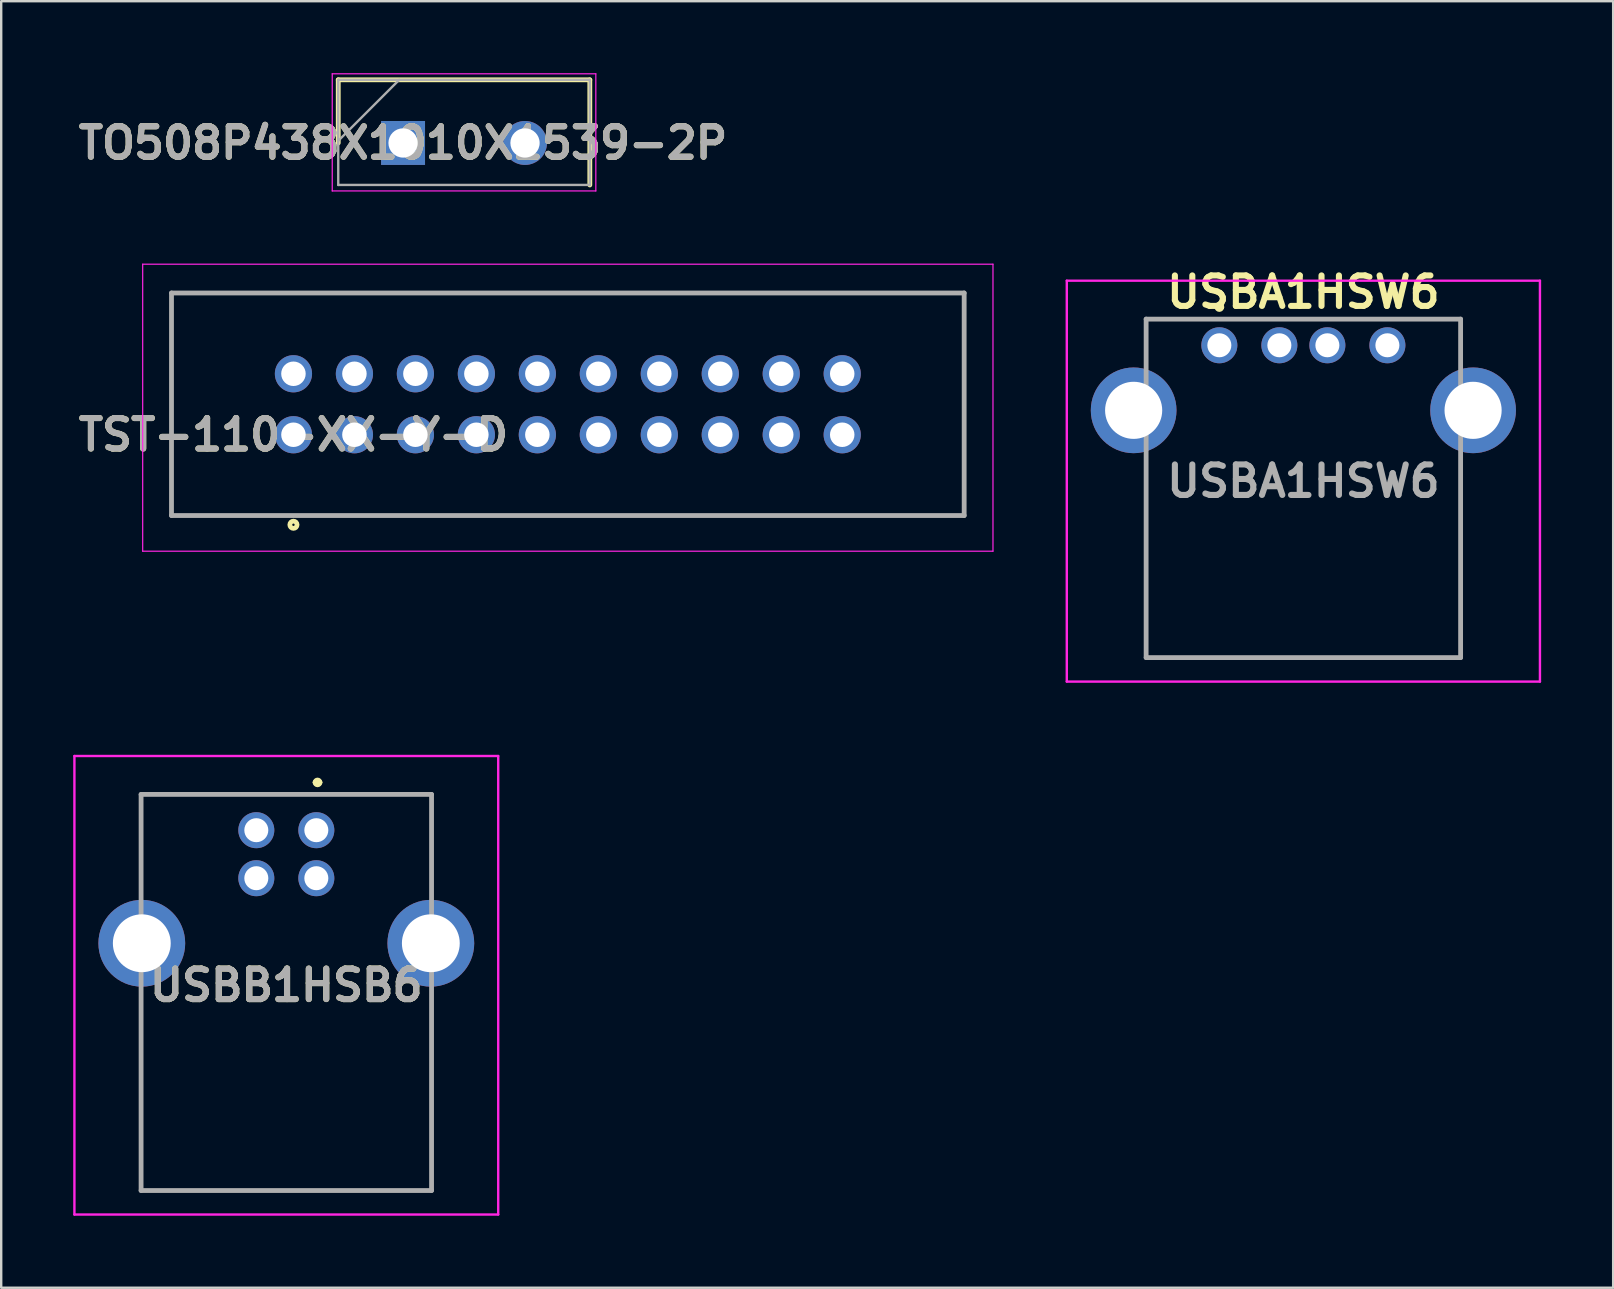
<source format=kicad_pcb>
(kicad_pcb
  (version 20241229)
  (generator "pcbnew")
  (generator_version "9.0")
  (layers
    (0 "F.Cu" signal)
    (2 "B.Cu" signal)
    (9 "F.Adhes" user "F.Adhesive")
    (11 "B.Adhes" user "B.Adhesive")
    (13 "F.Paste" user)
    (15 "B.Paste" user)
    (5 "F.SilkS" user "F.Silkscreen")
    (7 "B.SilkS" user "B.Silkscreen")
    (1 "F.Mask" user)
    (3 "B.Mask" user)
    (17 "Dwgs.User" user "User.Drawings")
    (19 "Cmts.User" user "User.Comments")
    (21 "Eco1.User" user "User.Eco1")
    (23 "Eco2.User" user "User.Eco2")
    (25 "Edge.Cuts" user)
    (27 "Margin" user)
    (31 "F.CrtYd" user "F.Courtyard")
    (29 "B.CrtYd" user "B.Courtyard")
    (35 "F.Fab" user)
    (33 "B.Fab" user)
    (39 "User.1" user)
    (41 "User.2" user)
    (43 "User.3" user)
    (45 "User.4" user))
  (footprint "TO508P438X1010X1539-2P"
    (layer "F.Cu")
    (at 13.74 2.905)
    (property "Reference" "TO508P438X1010X1539-2P" (at 0 0 0) (layer "F.SilkS") (effects (font (size 1.27 1.27) (thickness 0.254))))
    (attr through_hole)
    (fp_line (start -2.7 -2.63) (end -2.7 0) (stroke (width 0.2) (type solid)) (layer "F.SilkS"))
    (fp_line (start 7.78 -2.63) (end -2.7 -2.63) (stroke (width 0.2) (type solid)) (layer "F.SilkS"))
    (fp_line (start 7.78 1.75) (end 7.78 -2.63) (stroke (width 0.2) (type solid)) (layer "F.SilkS"))
    (fp_line (start -2.95 -2.88) (end 8.03 -2.88) (stroke (width 0.05) (type solid)) (layer "F.CrtYd"))
    (fp_line (start -2.95 2) (end -2.95 -2.88) (stroke (width 0.05) (type solid)) (layer "F.CrtYd"))
    (fp_line (start 8.03 -2.88) (end 8.03 2) (stroke (width 0.05) (type solid)) (layer "F.CrtYd"))
    (fp_line (start 8.03 2) (end -2.95 2) (stroke (width 0.05) (type solid)) (layer "F.CrtYd"))
    (fp_line (start -2.7 -2.63) (end 7.78 -2.63) (stroke (width 0.1) (type solid)) (layer "F.Fab"))
    (fp_line (start -2.7 -0.09) (end -0.16 -2.63) (stroke (width 0.1) (type solid)) (layer "F.Fab"))
    (fp_line (start -2.7 1.75) (end -2.7 -2.63) (stroke (width 0.1) (type solid)) (layer "F.Fab"))
    (fp_line (start 7.78 -2.63) (end 7.78 1.75) (stroke (width 0.1) (type solid)) (layer "F.Fab"))
    (fp_line (start 7.78 1.75) (end -2.7 1.75) (stroke (width 0.1) (type solid)) (layer "F.Fab"))
    (fp_text user "${REFERENCE}" (at 0 0 0) (layer "F.Fab") (effects (font (size 1.27 1.27) (thickness 0.254))))
    (pad "1" thru_hole rect (at 0 0) (size 1.83 1.83) (drill 1.22) (layers "*.Cu" "*.Mask"))
    (pad "2" thru_hole circle (at 5.08 0) (size 1.83 1.83) (drill 1.22) (layers "*.Cu" "*.Mask")))
  (footprint "USBA1HSW6"
    (layer "F.Cu")
    (at 51.244 16.993)
    (property "Reference" "USBA1HSW6" (at 0 -7.874 0) (layer "F.SilkS") (effects (font (size 1.27 1.27) (thickness 0.254))))
    (attr through_hole)
    (fp_line (start -6.55 -6.75) (end 6.55 -6.75) (stroke (width 0.1) (type solid)) (layer "F.SilkS"))
    (fp_line (start -6.55 -5.15) (end -6.55 -6.75) (stroke (width 0.1) (type solid)) (layer "F.SilkS"))
    (fp_line (start -6.55 -0.65) (end -6.55 7.35) (stroke (width 0.1) (type solid)) (layer "F.SilkS"))
    (fp_line (start -6.55 7.35) (end 6.55 7.35) (stroke (width 0.1) (type solid)) (layer "F.SilkS"))
    (fp_line (start -3.6 -7.25) (end -3.6 -7.25) (stroke (width 0.2) (type solid)) (layer "F.SilkS"))
    (fp_line (start -3.4 -7.25) (end -3.4 -7.25) (stroke (width 0.2) (type solid)) (layer "F.SilkS"))
    (fp_line (start 6.55 -6.75) (end 6.55 -5.15) (stroke (width 0.1) (type solid)) (layer "F.SilkS"))
    (fp_line (start 6.55 7.35) (end 6.55 -0.65) (stroke (width 0.1) (type solid)) (layer "F.SilkS"))
    (fp_arc (start -3.6 -7.25) (mid -3.5 -7.35) (end -3.4 -7.25) (stroke (width 0.2) (type solid)) (layer "F.SilkS"))
    (fp_arc (start -3.4 -7.25) (mid -3.5 -7.15) (end -3.6 -7.25) (stroke (width 0.2) (type solid)) (layer "F.SilkS"))
    (fp_line (start -9.855 -8.35) (end 9.855 -8.35) (stroke (width 0.1) (type solid)) (layer "F.CrtYd"))
    (fp_line (start -9.855 8.35) (end -9.855 -8.35) (stroke (width 0.1) (type solid)) (layer "F.CrtYd"))
    (fp_line (start 9.855 -8.35) (end 9.855 8.35) (stroke (width 0.1) (type solid)) (layer "F.CrtYd"))
    (fp_line (start 9.855 8.35) (end -9.855 8.35) (stroke (width 0.1) (type solid)) (layer "F.CrtYd"))
    (fp_line (start -6.55 -6.75) (end 6.55 -6.75) (stroke (width 0.2) (type solid)) (layer "F.Fab"))
    (fp_line (start -6.55 7.35) (end -6.55 -6.75) (stroke (width 0.2) (type solid)) (layer "F.Fab"))
    (fp_line (start 6.55 -6.75) (end 6.55 7.35) (stroke (width 0.2) (type solid)) (layer "F.Fab"))
    (fp_line (start 6.55 7.35) (end -6.55 7.35) (stroke (width 0.2) (type solid)) (layer "F.Fab"))
    (fp_text user "${REFERENCE}" (at 0 0 0) (layer "F.Fab") (effects (font (size 1.27 1.27) (thickness 0.254))))
    (pad "1" thru_hole circle (at -3.5 -5.66) (size 1.5 1.5) (drill 1) (layers "*.Cu" "*.Mask"))
    (pad "2" thru_hole circle (at -1 -5.66) (size 1.5 1.5) (drill 1) (layers "*.Cu" "*.Mask"))
    (pad "3" thru_hole circle (at 1 -5.66) (size 1.5 1.5) (drill 1) (layers "*.Cu" "*.Mask"))
    (pad "4" thru_hole circle (at 3.5 -5.66) (size 1.5 1.5) (drill 1) (layers "*.Cu" "*.Mask"))
    (pad "5" thru_hole circle (at -7.07 -2.95) (size 3.57 3.57) (drill 2.38) (layers "*.Cu" "*.Mask"))
    (pad "6" thru_hole circle (at 7.07 -2.95) (size 3.57 3.57) (drill 2.38) (layers "*.Cu" "*.Mask")))
  (footprint "USBB1HSB6"
    (layer "F.Cu")
    (at 8.877 37.993)
    (property "Reference" "USBB1HSB6" (at 0 0 0) (layer "F.SilkS") (effects (font (size 1.27 1.27) (thickness 0.254))))
    (attr through_hole)
    (fp_line (start -6.05 -7.95) (end 6.05 -7.95) (stroke (width 0.1) (type solid)) (layer "F.SilkS"))
    (fp_line (start -6.05 -3.75) (end -6.05 -7.95) (stroke (width 0.1) (type solid)) (layer "F.SilkS"))
    (fp_line (start -6.05 0.25) (end -6.05 8.55) (stroke (width 0.1) (type solid)) (layer "F.SilkS"))
    (fp_line (start -6.05 8.55) (end 6.05 8.55) (stroke (width 0.1) (type solid)) (layer "F.SilkS"))
    (fp_line (start 1.2 -8.45) (end 1.2 -8.45) (stroke (width 0.2) (type solid)) (layer "F.SilkS"))
    (fp_line (start 1.4 -8.45) (end 1.4 -8.45) (stroke (width 0.2) (type solid)) (layer "F.SilkS"))
    (fp_line (start 6.05 -7.95) (end 6.05 -3.75) (stroke (width 0.1) (type solid)) (layer "F.SilkS"))
    (fp_line (start 6.05 8.55) (end 6.05 0.25) (stroke (width 0.1) (type solid)) (layer "F.SilkS"))
    (fp_arc (start 1.2 -8.45) (mid 1.3 -8.55) (end 1.4 -8.45) (stroke (width 0.2) (type solid)) (layer "F.SilkS"))
    (fp_arc (start 1.4 -8.45) (mid 1.3 -8.35) (end 1.2 -8.45) (stroke (width 0.2) (type solid)) (layer "F.SilkS"))
    (fp_line (start -8.827 -9.55) (end 8.827 -9.55) (stroke (width 0.1) (type solid)) (layer "F.CrtYd"))
    (fp_line (start -8.827 9.55) (end -8.827 -9.55) (stroke (width 0.1) (type solid)) (layer "F.CrtYd"))
    (fp_line (start 8.827 -9.55) (end 8.827 9.55) (stroke (width 0.1) (type solid)) (layer "F.CrtYd"))
    (fp_line (start 8.827 9.55) (end -8.827 9.55) (stroke (width 0.1) (type solid)) (layer "F.CrtYd"))
    (fp_line (start -6.05 -7.95) (end 6.05 -7.95) (stroke (width 0.2) (type solid)) (layer "F.Fab"))
    (fp_line (start -6.05 8.55) (end -6.05 -7.95) (stroke (width 0.2) (type solid)) (layer "F.Fab"))
    (fp_line (start 6.05 -7.95) (end 6.05 8.55) (stroke (width 0.2) (type solid)) (layer "F.Fab"))
    (fp_line (start 6.05 8.55) (end -6.05 8.55) (stroke (width 0.2) (type solid)) (layer "F.Fab"))
    (fp_text user "${REFERENCE}" (at 0 0 0) (layer "F.Fab") (effects (font (size 1.27 1.27) (thickness 0.254))))
    (pad "1" thru_hole circle (at 1.25 -6.46) (size 1.5 1.5) (drill 1) (layers "*.Cu" "*.Mask"))
    (pad "2" thru_hole circle (at -1.25 -6.46) (size 1.5 1.5) (drill 1) (layers "*.Cu" "*.Mask"))
    (pad "3" thru_hole circle (at -1.25 -4.46) (size 1.5 1.5) (drill 1) (layers "*.Cu" "*.Mask"))
    (pad "4" thru_hole circle (at 1.25 -4.46) (size 1.5 1.5) (drill 1) (layers "*.Cu" "*.Mask"))
    (pad "5" thru_hole circle (at -6.02 -1.75) (size 3.615 3.615) (drill 2.41) (layers "*.Cu" "*.Mask"))
    (pad "6" thru_hole circle (at 6.02 -1.75) (size 3.615 3.615) (drill 2.41) (layers "*.Cu" "*.Mask")))
  (footprint "TST-110-XX-Y-D"
    (layer "F.Cu")
    (at 9.174 15.06)
    (property "Reference" "TST-110-XX-Y-D" (at 0 0 0) (layer "F.SilkS") (effects (font (size 1.27 1.27) (thickness 0.254))))
    (attr through_hole)
    (fp_line (start -5.08 -5.905) (end 27.94 -5.905) (stroke (width 0.1) (type solid)) (layer "F.SilkS"))
    (fp_line (start -5.08 3.365) (end -5.08 -5.905) (stroke (width 0.1) (type solid)) (layer "F.SilkS"))
    (fp_line (start 27.94 -5.905) (end 27.94 3.365) (stroke (width 0.1) (type solid)) (layer "F.SilkS"))
    (fp_line (start 27.94 3.365) (end -5.08 3.365) (stroke (width 0.1) (type solid)) (layer "F.SilkS"))
    (fp_circle (center 0 3.75) (end 0 3.8) (stroke (width 0.2) (type solid)) (fill no) (layer "F.SilkS"))
    (fp_line (start -6.28 -7.105) (end 29.14 -7.105) (stroke (width 0.05) (type solid)) (layer "F.CrtYd"))
    (fp_line (start -6.28 4.85) (end -6.28 -7.105) (stroke (width 0.05) (type solid)) (layer "F.CrtYd"))
    (fp_line (start 29.14 -7.105) (end 29.14 4.85) (stroke (width 0.05) (type solid)) (layer "F.CrtYd"))
    (fp_line (start 29.14 4.85) (end -6.28 4.85) (stroke (width 0.05) (type solid)) (layer "F.CrtYd"))
    (fp_line (start -5.08 -5.905) (end 27.94 -5.905) (stroke (width 0.2) (type solid)) (layer "F.Fab"))
    (fp_line (start -5.08 3.365) (end -5.08 -5.905) (stroke (width 0.2) (type solid)) (layer "F.Fab"))
    (fp_line (start 27.94 -5.905) (end 27.94 3.365) (stroke (width 0.2) (type solid)) (layer "F.Fab"))
    (fp_line (start 27.94 3.365) (end -5.08 3.365) (stroke (width 0.2) (type solid)) (layer "F.Fab"))
    (fp_text user "${REFERENCE}" (at 0 0 0) (layer "F.Fab") (effects (font (size 1.27 1.27) (thickness 0.254))))
    (pad "1" thru_hole circle (at 0 0) (size 1.55 1.55) (drill 1.02) (layers "*.Cu" "*.Mask"))
    (pad "2" thru_hole circle (at 0 -2.54) (size 1.55 1.55) (drill 1.02) (layers "*.Cu" "*.Mask"))
    (pad "3" thru_hole circle (at 2.54 0) (size 1.55 1.55) (drill 1.02) (layers "*.Cu" "*.Mask"))
    (pad "4" thru_hole circle (at 2.54 -2.54) (size 1.55 1.55) (drill 1.02) (layers "*.Cu" "*.Mask"))
    (pad "5" thru_hole circle (at 5.08 0) (size 1.55 1.55) (drill 1.02) (layers "*.Cu" "*.Mask"))
    (pad "6" thru_hole circle (at 5.08 -2.54) (size 1.55 1.55) (drill 1.02) (layers "*.Cu" "*.Mask"))
    (pad "7" thru_hole circle (at 7.62 0) (size 1.55 1.55) (drill 1.02) (layers "*.Cu" "*.Mask"))
    (pad "8" thru_hole circle (at 7.62 -2.54) (size 1.55 1.55) (drill 1.02) (layers "*.Cu" "*.Mask"))
    (pad "9" thru_hole circle (at 10.16 0) (size 1.55 1.55) (drill 1.02) (layers "*.Cu" "*.Mask"))
    (pad "10" thru_hole circle (at 10.16 -2.54) (size 1.55 1.55) (drill 1.02) (layers "*.Cu" "*.Mask"))
    (pad "11" thru_hole circle (at 12.7 0) (size 1.55 1.55) (drill 1.02) (layers "*.Cu" "*.Mask"))
    (pad "12" thru_hole circle (at 12.7 -2.54) (size 1.55 1.55) (drill 1.02) (layers "*.Cu" "*.Mask"))
    (pad "13" thru_hole circle (at 15.24 0) (size 1.55 1.55) (drill 1.02) (layers "*.Cu" "*.Mask"))
    (pad "14" thru_hole circle (at 15.24 -2.54) (size 1.55 1.55) (drill 1.02) (layers "*.Cu" "*.Mask"))
    (pad "15" thru_hole circle (at 17.78 0) (size 1.55 1.55) (drill 1.02) (layers "*.Cu" "*.Mask"))
    (pad "16" thru_hole circle (at 17.78 -2.54) (size 1.55 1.55) (drill 1.02) (layers "*.Cu" "*.Mask"))
    (pad "17" thru_hole circle (at 20.32 0) (size 1.55 1.55) (drill 1.02) (layers "*.Cu" "*.Mask"))
    (pad "18" thru_hole circle (at 20.32 -2.54) (size 1.55 1.55) (drill 1.02) (layers "*.Cu" "*.Mask"))
    (pad "19" thru_hole circle (at 22.86 0) (size 1.55 1.55) (drill 1.02) (layers "*.Cu" "*.Mask"))
    (pad "20" thru_hole circle (at 22.86 -2.54) (size 1.55 1.55) (drill 1.02) (layers "*.Cu" "*.Mask")))
  (gr_rect
    (start -3 -3)
    (end 64.149 50.593)
    (stroke (width 0.1) (type default))
    (fill no)
    (layer "Edge.Cuts")))
</source>
